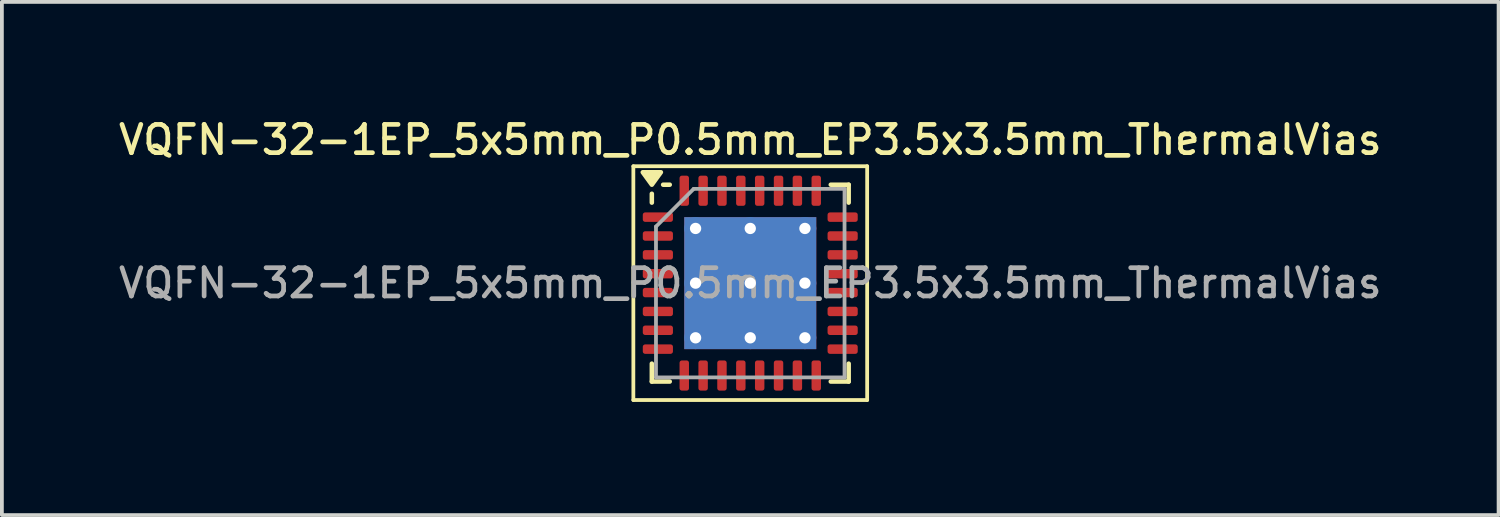
<source format=kicad_pcb>
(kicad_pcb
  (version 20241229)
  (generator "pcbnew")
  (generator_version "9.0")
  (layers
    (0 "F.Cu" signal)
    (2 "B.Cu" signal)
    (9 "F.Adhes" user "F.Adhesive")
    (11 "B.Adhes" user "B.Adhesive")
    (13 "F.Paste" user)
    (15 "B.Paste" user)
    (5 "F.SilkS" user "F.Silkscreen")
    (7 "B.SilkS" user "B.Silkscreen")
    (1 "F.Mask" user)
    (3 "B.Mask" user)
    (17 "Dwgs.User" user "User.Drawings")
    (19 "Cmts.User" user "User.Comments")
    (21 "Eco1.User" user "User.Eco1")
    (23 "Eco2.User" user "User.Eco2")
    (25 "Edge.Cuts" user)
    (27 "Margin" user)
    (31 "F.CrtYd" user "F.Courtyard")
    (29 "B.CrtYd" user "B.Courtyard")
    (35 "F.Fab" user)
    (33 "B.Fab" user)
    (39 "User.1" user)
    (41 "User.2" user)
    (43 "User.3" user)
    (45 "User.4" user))
  (footprint "VQFN-32-1EP_5x5mm_P0.5mm_EP3.5x3.5mm_ThermalVias"
    (layer "F.Cu")
    (at 16.845 4.458)
    (property "Reference" "VQFN-32-1EP_5x5mm_P0.5mm_EP3.5x3.5mm_ThermalVias" (at 0 -3.8 0) (layer "F.SilkS") (effects (font (size 0.75 0.75) (thickness 0.125))))
    (attr smd)
    (fp_line (start -3.1 -3.1) (end -3.1 3.1) (stroke (width 0.1) (type solid)) (layer "F.SilkS"))
    (fp_line (start -3.1 3.1) (end 3.1 3.1) (stroke (width 0.1) (type solid)) (layer "F.SilkS"))
    (fp_line (start -2.61 -2.135) (end -2.61 -2.37) (stroke (width 0.12) (type solid)) (layer "F.SilkS"))
    (fp_line (start -2.61 2.61) (end -2.61 2.135) (stroke (width 0.12) (type solid)) (layer "F.SilkS"))
    (fp_line (start -2.135 -2.61) (end -2.31 -2.61) (stroke (width 0.12) (type solid)) (layer "F.SilkS"))
    (fp_line (start -2.135 2.61) (end -2.61 2.61) (stroke (width 0.12) (type solid)) (layer "F.SilkS"))
    (fp_line (start 2.135 -2.61) (end 2.61 -2.61) (stroke (width 0.12) (type solid)) (layer "F.SilkS"))
    (fp_line (start 2.135 2.61) (end 2.61 2.61) (stroke (width 0.12) (type solid)) (layer "F.SilkS"))
    (fp_line (start 2.61 -2.61) (end 2.61 -2.135) (stroke (width 0.12) (type solid)) (layer "F.SilkS"))
    (fp_line (start 2.61 2.61) (end 2.61 2.135) (stroke (width 0.12) (type solid)) (layer "F.SilkS"))
    (fp_line (start 3.1 -3.1) (end -3.1 -3.1) (stroke (width 0.1) (type solid)) (layer "F.SilkS"))
    (fp_line (start 3.1 3.1) (end 3.1 -3.1) (stroke (width 0.1) (type solid)) (layer "F.SilkS"))
    (fp_poly (pts (xy -2.61 -2.61) (xy -2.85 -2.94) (xy -2.37 -2.94) (xy -2.61 -2.61)) (stroke (width 0.12) (type solid)) (fill yes) (layer "F.SilkS"))
    (fp_line (start -2.5 -1.5) (end -1.5 -2.5) (stroke (width 0.1) (type solid)) (layer "F.Fab"))
    (fp_line (start -2.5 2.5) (end -2.5 -1.5) (stroke (width 0.1) (type solid)) (layer "F.Fab"))
    (fp_line (start -1.5 -2.5) (end 2.5 -2.5) (stroke (width 0.1) (type solid)) (layer "F.Fab"))
    (fp_line (start 2.5 -2.5) (end 2.5 2.5) (stroke (width 0.1) (type solid)) (layer "F.Fab"))
    (fp_line (start 2.5 2.5) (end -2.5 2.5) (stroke (width 0.1) (type solid)) (layer "F.Fab"))
    (fp_text user "${REFERENCE}" (at 0 0 0) (layer "F.Fab") (effects (font (size 0.75 0.75) (thickness 0.125))))
    (pad "" smd roundrect (at -0.875 -0.875) (size 1.46 1.46) (layers "F.Paste") (roundrect_rratio 0.171))
    (pad "" smd roundrect (at -0.875 0.875) (size 1.46 1.46) (layers "F.Paste") (roundrect_rratio 0.171))
    (pad "" smd roundrect (at 0.875 -0.875) (size 1.46 1.46) (layers "F.Paste") (roundrect_rratio 0.171))
    (pad "" smd roundrect (at 0.875 0.875) (size 1.46 1.46) (layers "F.Paste") (roundrect_rratio 0.171))
    (pad "1" smd roundrect (at -2.45 -1.75) (size 0.8 0.25) (layers "F.Cu" "F.Mask" "F.Paste") (roundrect_rratio 0.25))
    (pad "2" smd roundrect (at -2.45 -1.25) (size 0.8 0.25) (layers "F.Cu" "F.Mask" "F.Paste") (roundrect_rratio 0.25))
    (pad "3" smd roundrect (at -2.45 -0.75) (size 0.8 0.25) (layers "F.Cu" "F.Mask" "F.Paste") (roundrect_rratio 0.25))
    (pad "4" smd roundrect (at -2.45 -0.25) (size 0.8 0.25) (layers "F.Cu" "F.Mask" "F.Paste") (roundrect_rratio 0.25))
    (pad "5" smd roundrect (at -2.45 0.25) (size 0.8 0.25) (layers "F.Cu" "F.Mask" "F.Paste") (roundrect_rratio 0.25))
    (pad "6" smd roundrect (at -2.45 0.75) (size 0.8 0.25) (layers "F.Cu" "F.Mask" "F.Paste") (roundrect_rratio 0.25))
    (pad "7" smd roundrect (at -2.45 1.25) (size 0.8 0.25) (layers "F.Cu" "F.Mask" "F.Paste") (roundrect_rratio 0.25))
    (pad "8" smd roundrect (at -2.45 1.75) (size 0.8 0.25) (layers "F.Cu" "F.Mask" "F.Paste") (roundrect_rratio 0.25))
    (pad "9" smd roundrect (at -1.75 2.45) (size 0.25 0.8) (layers "F.Cu" "F.Mask" "F.Paste") (roundrect_rratio 0.25))
    (pad "10" smd roundrect (at -1.25 2.45) (size 0.25 0.8) (layers "F.Cu" "F.Mask" "F.Paste") (roundrect_rratio 0.25))
    (pad "11" smd roundrect (at -0.75 2.45) (size 0.25 0.8) (layers "F.Cu" "F.Mask" "F.Paste") (roundrect_rratio 0.25))
    (pad "12" smd roundrect (at -0.25 2.45) (size 0.25 0.8) (layers "F.Cu" "F.Mask" "F.Paste") (roundrect_rratio 0.25))
    (pad "13" smd roundrect (at 0.25 2.45) (size 0.25 0.8) (layers "F.Cu" "F.Mask" "F.Paste") (roundrect_rratio 0.25))
    (pad "14" smd roundrect (at 0.75 2.45) (size 0.25 0.8) (layers "F.Cu" "F.Mask" "F.Paste") (roundrect_rratio 0.25))
    (pad "15" smd roundrect (at 1.25 2.45) (size 0.25 0.8) (layers "F.Cu" "F.Mask" "F.Paste") (roundrect_rratio 0.25))
    (pad "16" smd roundrect (at 1.75 2.45) (size 0.25 0.8) (layers "F.Cu" "F.Mask" "F.Paste") (roundrect_rratio 0.25))
    (pad "17" smd roundrect (at 2.45 1.75) (size 0.8 0.25) (layers "F.Cu" "F.Mask" "F.Paste") (roundrect_rratio 0.25))
    (pad "18" smd roundrect (at 2.45 1.25) (size 0.8 0.25) (layers "F.Cu" "F.Mask" "F.Paste") (roundrect_rratio 0.25))
    (pad "19" smd roundrect (at 2.45 0.75) (size 0.8 0.25) (layers "F.Cu" "F.Mask" "F.Paste") (roundrect_rratio 0.25))
    (pad "20" smd roundrect (at 2.45 0.25) (size 0.8 0.25) (layers "F.Cu" "F.Mask" "F.Paste") (roundrect_rratio 0.25))
    (pad "21" smd roundrect (at 2.45 -0.25) (size 0.8 0.25) (layers "F.Cu" "F.Mask" "F.Paste") (roundrect_rratio 0.25))
    (pad "22" smd roundrect (at 2.45 -0.75) (size 0.8 0.25) (layers "F.Cu" "F.Mask" "F.Paste") (roundrect_rratio 0.25))
    (pad "23" smd roundrect (at 2.45 -1.25) (size 0.8 0.25) (layers "F.Cu" "F.Mask" "F.Paste") (roundrect_rratio 0.25))
    (pad "24" smd roundrect (at 2.45 -1.75) (size 0.8 0.25) (layers "F.Cu" "F.Mask" "F.Paste") (roundrect_rratio 0.25))
    (pad "25" smd roundrect (at 1.75 -2.45) (size 0.25 0.8) (layers "F.Cu" "F.Mask" "F.Paste") (roundrect_rratio 0.25))
    (pad "26" smd roundrect (at 1.25 -2.45) (size 0.25 0.8) (layers "F.Cu" "F.Mask" "F.Paste") (roundrect_rratio 0.25))
    (pad "27" smd roundrect (at 0.75 -2.45) (size 0.25 0.8) (layers "F.Cu" "F.Mask" "F.Paste") (roundrect_rratio 0.25))
    (pad "28" smd roundrect (at 0.25 -2.45) (size 0.25 0.8) (layers "F.Cu" "F.Mask" "F.Paste") (roundrect_rratio 0.25))
    (pad "29" smd roundrect (at -0.25 -2.45) (size 0.25 0.8) (layers "F.Cu" "F.Mask" "F.Paste") (roundrect_rratio 0.25))
    (pad "30" smd roundrect (at -0.75 -2.45) (size 0.25 0.8) (layers "F.Cu" "F.Mask" "F.Paste") (roundrect_rratio 0.25))
    (pad "31" smd roundrect (at -1.25 -2.45) (size 0.25 0.8) (layers "F.Cu" "F.Mask" "F.Paste") (roundrect_rratio 0.25))
    (pad "32" smd roundrect (at -1.75 -2.45) (size 0.25 0.8) (layers "F.Cu" "F.Mask" "F.Paste") (roundrect_rratio 0.25))
    (pad "33" thru_hole circle (at -1.45 -1.45) (size 0.6 0.6) (drill 0.3) (property pad_prop_heatsink) (layers "*.Cu"))
    (pad "33" thru_hole circle (at -1.45 0) (size 0.6 0.6) (drill 0.3) (property pad_prop_heatsink) (layers "*.Cu"))
    (pad "33" thru_hole circle (at -1.45 1.45) (size 0.6 0.6) (drill 0.3) (property pad_prop_heatsink) (layers "*.Cu"))
    (pad "33" thru_hole circle (at 0 -1.45) (size 0.6 0.6) (drill 0.3) (property pad_prop_heatsink) (layers "*.Cu"))
    (pad "33" thru_hole circle (at 0 0) (size 0.6 0.6) (drill 0.3) (property pad_prop_heatsink) (layers "*.Cu"))
    (pad "33" smd rect (at 0 0) (size 3.5 3.5) (property pad_prop_heatsink) (layers "F.Cu" "F.Mask"))
    (pad "33" smd rect (at 0 0) (size 3.5 3.5) (property pad_prop_heatsink) (layers "B.Cu"))
    (pad "33" thru_hole circle (at 0 1.45) (size 0.6 0.6) (drill 0.3) (property pad_prop_heatsink) (layers "*.Cu"))
    (pad "33" thru_hole circle (at 1.45 -1.45) (size 0.6 0.6) (drill 0.3) (property pad_prop_heatsink) (layers "*.Cu"))
    (pad "33" thru_hole circle (at 1.45 0) (size 0.6 0.6) (drill 0.3) (property pad_prop_heatsink) (layers "*.Cu"))
    (pad "33" thru_hole circle (at 1.45 1.45) (size 0.6 0.6) (drill 0.3) (property pad_prop_heatsink) (layers "*.Cu")))
  (gr_rect
    (start -3 -3)
    (end 36.689 10.608)
    (stroke (width 0.1) (type default))
    (fill no)
    (layer "Edge.Cuts")))
</source>
